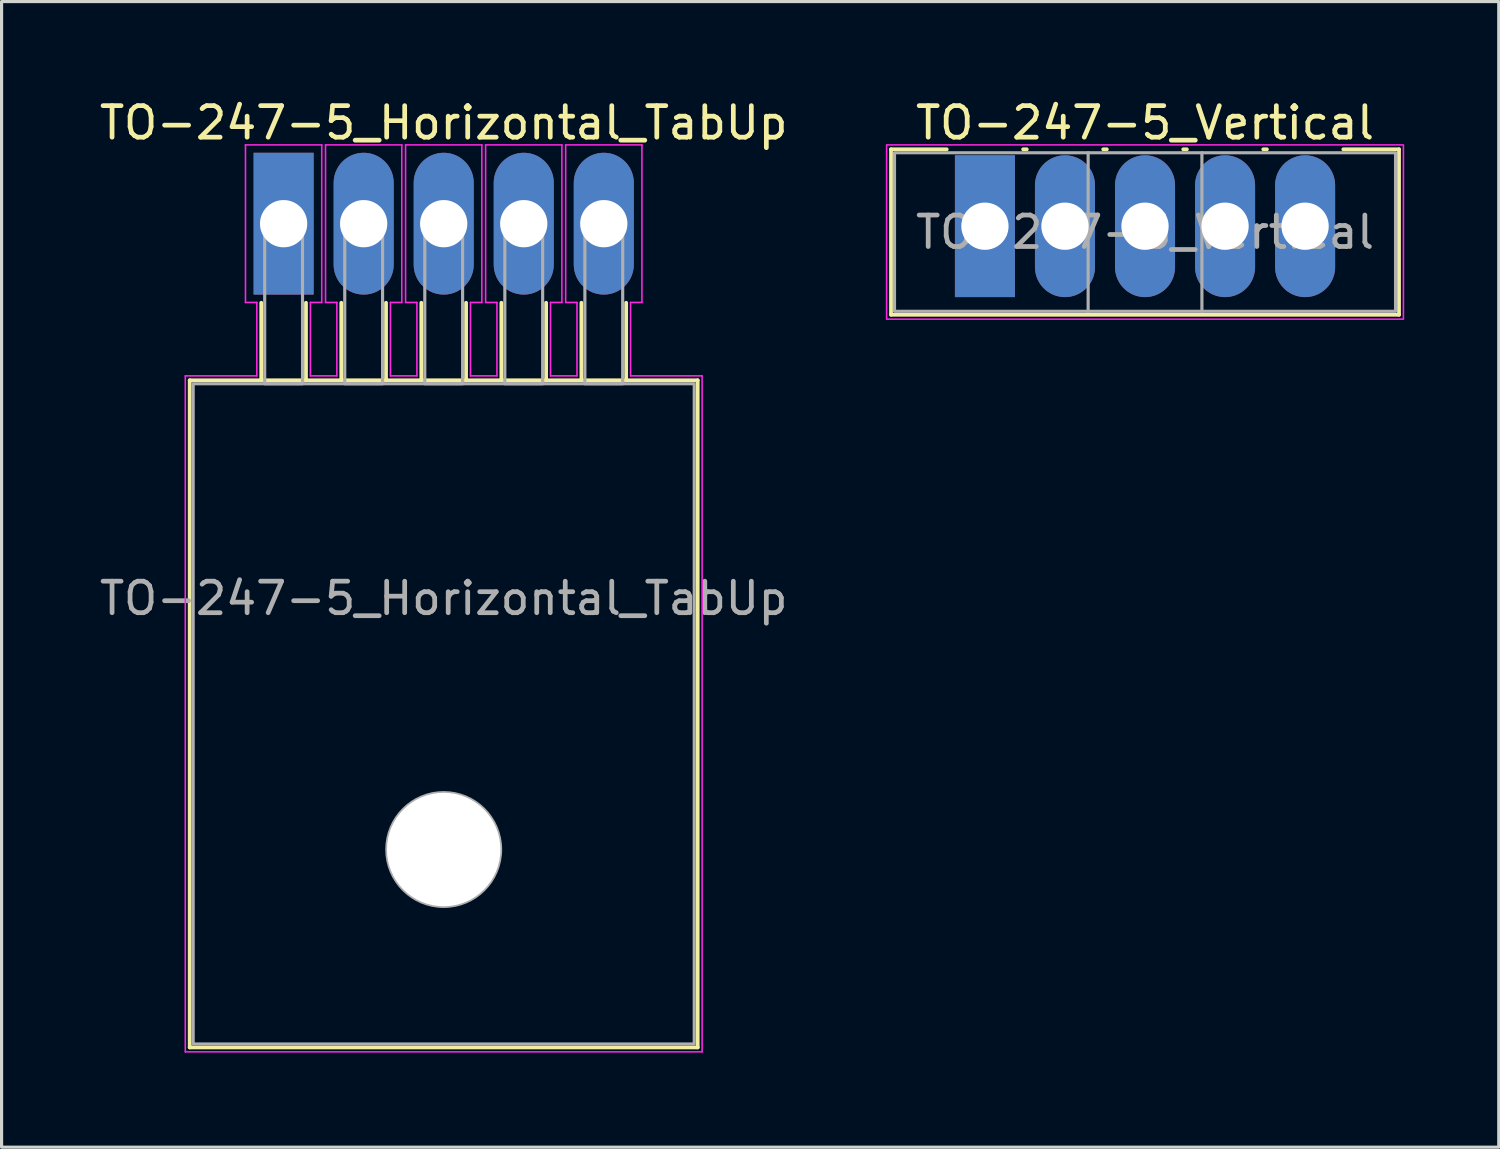
<source format=kicad_pcb>
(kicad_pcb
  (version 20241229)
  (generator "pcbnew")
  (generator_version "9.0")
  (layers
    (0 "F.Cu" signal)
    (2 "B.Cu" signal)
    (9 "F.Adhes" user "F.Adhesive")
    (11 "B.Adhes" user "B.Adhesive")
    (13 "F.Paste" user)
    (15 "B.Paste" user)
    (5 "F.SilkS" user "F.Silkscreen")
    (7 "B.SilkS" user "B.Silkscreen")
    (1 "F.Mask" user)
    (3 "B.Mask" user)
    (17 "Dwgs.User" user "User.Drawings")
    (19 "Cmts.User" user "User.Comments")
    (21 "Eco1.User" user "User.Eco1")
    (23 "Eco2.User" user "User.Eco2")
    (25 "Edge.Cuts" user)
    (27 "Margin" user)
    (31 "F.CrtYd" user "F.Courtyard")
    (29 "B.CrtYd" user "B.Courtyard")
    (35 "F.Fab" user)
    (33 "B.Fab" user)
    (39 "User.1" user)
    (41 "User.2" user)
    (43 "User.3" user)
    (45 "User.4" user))
  (footprint "TO-247-5_Vertical"
    (layer "F.Cu")
    (at 28.205 4.128)
    (property "Reference" "TO-247-5_Vertical" (at 5.08 -3.28 0) (layer "F.SilkS") (effects (font (size 1 1) (thickness 0.15))))
    (attr through_hole)
    (fp_line (start -2.98 -2.44) (end -2.98 2.81) (stroke (width 0.12) (type solid)) (layer "F.SilkS"))
    (fp_line (start -2.98 -2.44) (end -1.212 -2.44) (stroke (width 0.12) (type solid)) (layer "F.SilkS"))
    (fp_line (start -2.98 2.81) (end 13.14 2.81) (stroke (width 0.12) (type solid)) (layer "F.SilkS"))
    (fp_line (start 1.212 -2.44) (end 1.328 -2.44) (stroke (width 0.12) (type solid)) (layer "F.SilkS"))
    (fp_line (start 3.753 -2.44) (end 3.868 -2.44) (stroke (width 0.12) (type solid)) (layer "F.SilkS"))
    (fp_line (start 6.293 -2.44) (end 6.408 -2.44) (stroke (width 0.12) (type solid)) (layer "F.SilkS"))
    (fp_line (start 8.832 -2.44) (end 8.948 -2.44) (stroke (width 0.12) (type solid)) (layer "F.SilkS"))
    (fp_line (start 11.372 -2.44) (end 13.14 -2.44) (stroke (width 0.12) (type solid)) (layer "F.SilkS"))
    (fp_line (start 13.14 -2.44) (end 13.14 2.81) (stroke (width 0.12) (type solid)) (layer "F.SilkS"))
    (fp_rect (start 13.28 2.95) (end -3.12 -2.58) (stroke (width 0.05) (type solid)) (fill no) (layer "F.CrtYd"))
    (fp_line (start 3.275 -2.33) (end 3.275 2.7) (stroke (width 0.1) (type solid)) (layer "F.Fab"))
    (fp_line (start 6.885 -2.33) (end 6.885 2.7) (stroke (width 0.1) (type solid)) (layer "F.Fab"))
    (fp_rect (start -2.87 -2.33) (end 13.03 2.7) (stroke (width 0.1) (type solid)) (fill no) (layer "F.Fab"))
    (fp_text user "${REFERENCE}" (at 5.08 0.19 0) (layer "F.Fab") (effects (font (size 1 1) (thickness 0.15))))
    (pad "1" thru_hole rect (at 0 0) (size 1.905 4.5) (drill 1.5) (layers "*.Cu" "*.Mask"))
    (pad "2" thru_hole oval (at 2.54 0) (size 1.905 4.5) (drill 1.5) (layers "*.Cu" "*.Mask"))
    (pad "3" thru_hole oval (at 5.08 0) (size 1.905 4.5) (drill 1.5) (layers "*.Cu" "*.Mask"))
    (pad "4" thru_hole oval (at 7.62 0) (size 1.905 4.5) (drill 1.5) (layers "*.Cu" "*.Mask"))
    (pad "5" thru_hole oval (at 10.16 0) (size 1.905 4.5) (drill 1.5) (layers "*.Cu" "*.Mask")))
  (footprint "TO-247-5_Horizontal_TabUp"
    (layer "F.Cu")
    (at 5.95 4.048)
    (property "Reference" "TO-247-5_Horizontal_TabUp" (at 5.08 -3.2 0) (layer "F.SilkS") (effects (font (size 1 1) (thickness 0.15))))
    (attr through_hole)
    (fp_line (start -2.98 4.97) (end -2.98 26.14) (stroke (width 0.12) (type solid)) (layer "F.SilkS"))
    (fp_line (start -2.98 4.97) (end 13.14 4.97) (stroke (width 0.12) (type solid)) (layer "F.SilkS"))
    (fp_line (start -2.98 26.14) (end 13.14 26.14) (stroke (width 0.12) (type solid)) (layer "F.SilkS"))
    (fp_line (start -0.71 4.97) (end -0.71 2.51) (stroke (width 0.12) (type solid)) (layer "F.SilkS"))
    (fp_line (start 0.71 4.97) (end 0.71 2.51) (stroke (width 0.12) (type solid)) (layer "F.SilkS"))
    (fp_line (start 1.83 4.97) (end 1.83 2.51) (stroke (width 0.12) (type solid)) (layer "F.SilkS"))
    (fp_line (start 3.25 4.97) (end 3.25 2.51) (stroke (width 0.12) (type solid)) (layer "F.SilkS"))
    (fp_line (start 4.37 4.97) (end 4.37 2.51) (stroke (width 0.12) (type solid)) (layer "F.SilkS"))
    (fp_line (start 5.79 4.97) (end 5.79 2.51) (stroke (width 0.12) (type solid)) (layer "F.SilkS"))
    (fp_line (start 6.91 4.97) (end 6.91 2.51) (stroke (width 0.12) (type solid)) (layer "F.SilkS"))
    (fp_line (start 8.33 4.97) (end 8.33 2.51) (stroke (width 0.12) (type solid)) (layer "F.SilkS"))
    (fp_line (start 9.45 4.97) (end 9.45 2.51) (stroke (width 0.12) (type solid)) (layer "F.SilkS"))
    (fp_line (start 10.87 4.97) (end 10.87 2.51) (stroke (width 0.12) (type solid)) (layer "F.SilkS"))
    (fp_line (start 13.14 4.97) (end 13.14 26.14) (stroke (width 0.12) (type solid)) (layer "F.SilkS"))
    (fp_line (start -3.12 4.83) (end -0.85 4.83) (stroke (width 0.05) (type solid)) (layer "F.CrtYd"))
    (fp_line (start -3.12 26.28) (end -3.12 4.83) (stroke (width 0.05) (type solid)) (layer "F.CrtYd"))
    (fp_line (start -1.21 -2.5) (end 1.21 -2.5) (stroke (width 0.05) (type solid)) (layer "F.CrtYd"))
    (fp_line (start -1.21 2.5) (end -1.21 -2.5) (stroke (width 0.05) (type solid)) (layer "F.CrtYd"))
    (fp_line (start -0.85 2.5) (end -1.21 2.5) (stroke (width 0.05) (type solid)) (layer "F.CrtYd"))
    (fp_line (start -0.85 4.83) (end -0.85 2.5) (stroke (width 0.05) (type solid)) (layer "F.CrtYd"))
    (fp_line (start 0.85 2.5) (end 0.85 4.83) (stroke (width 0.05) (type solid)) (layer "F.CrtYd"))
    (fp_line (start 0.85 4.83) (end 1.69 4.83) (stroke (width 0.05) (type solid)) (layer "F.CrtYd"))
    (fp_line (start 1.21 -2.5) (end 1.21 2.5) (stroke (width 0.05) (type solid)) (layer "F.CrtYd"))
    (fp_line (start 1.21 2.5) (end 0.85 2.5) (stroke (width 0.05) (type solid)) (layer "F.CrtYd"))
    (fp_line (start 1.33 -2.5) (end 3.75 -2.5) (stroke (width 0.05) (type solid)) (layer "F.CrtYd"))
    (fp_line (start 1.33 2.5) (end 1.33 -2.5) (stroke (width 0.05) (type solid)) (layer "F.CrtYd"))
    (fp_line (start 1.69 2.5) (end 1.33 2.5) (stroke (width 0.05) (type solid)) (layer "F.CrtYd"))
    (fp_line (start 1.69 4.83) (end 1.69 2.5) (stroke (width 0.05) (type solid)) (layer "F.CrtYd"))
    (fp_line (start 3.39 2.5) (end 3.39 4.83) (stroke (width 0.05) (type solid)) (layer "F.CrtYd"))
    (fp_line (start 3.39 4.83) (end 4.23 4.83) (stroke (width 0.05) (type solid)) (layer "F.CrtYd"))
    (fp_line (start 3.75 -2.5) (end 3.75 2.5) (stroke (width 0.05) (type solid)) (layer "F.CrtYd"))
    (fp_line (start 3.75 2.5) (end 3.39 2.5) (stroke (width 0.05) (type solid)) (layer "F.CrtYd"))
    (fp_line (start 3.87 -2.5) (end 6.29 -2.5) (stroke (width 0.05) (type solid)) (layer "F.CrtYd"))
    (fp_line (start 3.87 2.5) (end 3.87 -2.5) (stroke (width 0.05) (type solid)) (layer "F.CrtYd"))
    (fp_line (start 4.23 2.5) (end 3.87 2.5) (stroke (width 0.05) (type solid)) (layer "F.CrtYd"))
    (fp_line (start 4.23 4.83) (end 4.23 2.5) (stroke (width 0.05) (type solid)) (layer "F.CrtYd"))
    (fp_line (start 5.93 2.5) (end 5.93 4.83) (stroke (width 0.05) (type solid)) (layer "F.CrtYd"))
    (fp_line (start 5.93 4.83) (end 6.77 4.83) (stroke (width 0.05) (type solid)) (layer "F.CrtYd"))
    (fp_line (start 6.29 -2.5) (end 6.29 2.5) (stroke (width 0.05) (type solid)) (layer "F.CrtYd"))
    (fp_line (start 6.29 2.5) (end 5.93 2.5) (stroke (width 0.05) (type solid)) (layer "F.CrtYd"))
    (fp_line (start 6.41 -2.5) (end 8.83 -2.5) (stroke (width 0.05) (type solid)) (layer "F.CrtYd"))
    (fp_line (start 6.41 2.5) (end 6.41 -2.5) (stroke (width 0.05) (type solid)) (layer "F.CrtYd"))
    (fp_line (start 6.77 2.5) (end 6.41 2.5) (stroke (width 0.05) (type solid)) (layer "F.CrtYd"))
    (fp_line (start 6.77 4.83) (end 6.77 2.5) (stroke (width 0.05) (type solid)) (layer "F.CrtYd"))
    (fp_line (start 8.47 2.5) (end 8.47 4.83) (stroke (width 0.05) (type solid)) (layer "F.CrtYd"))
    (fp_line (start 8.47 4.83) (end 9.31 4.83) (stroke (width 0.05) (type solid)) (layer "F.CrtYd"))
    (fp_line (start 8.83 -2.5) (end 8.83 2.5) (stroke (width 0.05) (type solid)) (layer "F.CrtYd"))
    (fp_line (start 8.83 2.5) (end 8.47 2.5) (stroke (width 0.05) (type solid)) (layer "F.CrtYd"))
    (fp_line (start 8.95 -2.5) (end 11.37 -2.5) (stroke (width 0.05) (type solid)) (layer "F.CrtYd"))
    (fp_line (start 8.95 2.5) (end 8.95 -2.5) (stroke (width 0.05) (type solid)) (layer "F.CrtYd"))
    (fp_line (start 9.31 2.5) (end 8.95 2.5) (stroke (width 0.05) (type solid)) (layer "F.CrtYd"))
    (fp_line (start 9.31 4.83) (end 9.31 2.5) (stroke (width 0.05) (type solid)) (layer "F.CrtYd"))
    (fp_line (start 11.01 2.5) (end 11.01 4.83) (stroke (width 0.05) (type solid)) (layer "F.CrtYd"))
    (fp_line (start 11.01 4.83) (end 13.28 4.83) (stroke (width 0.05) (type solid)) (layer "F.CrtYd"))
    (fp_line (start 11.37 -2.5) (end 11.37 2.5) (stroke (width 0.05) (type solid)) (layer "F.CrtYd"))
    (fp_line (start 11.37 2.5) (end 11.01 2.5) (stroke (width 0.05) (type solid)) (layer "F.CrtYd"))
    (fp_line (start 13.28 4.83) (end 13.28 26.28) (stroke (width 0.05) (type solid)) (layer "F.CrtYd"))
    (fp_line (start 13.28 26.28) (end -3.12 26.28) (stroke (width 0.05) (type solid)) (layer "F.CrtYd"))
    (fp_rect (start -2.87 5.08) (end 13.03 26.03) (stroke (width 0.1) (type solid)) (fill no) (layer "F.Fab"))
    (fp_rect (start -0.6 5.08) (end 0.6 0) (stroke (width 0.1) (type solid)) (fill no) (layer "F.Fab"))
    (fp_rect (start 1.94 5.08) (end 3.14 0) (stroke (width 0.1) (type solid)) (fill no) (layer "F.Fab"))
    (fp_rect (start 4.48 5.08) (end 5.68 0) (stroke (width 0.1) (type solid)) (fill no) (layer "F.Fab"))
    (fp_rect (start 7.02 5.08) (end 8.22 0) (stroke (width 0.1) (type solid)) (fill no) (layer "F.Fab"))
    (fp_rect (start 9.56 5.08) (end 10.76 0) (stroke (width 0.1) (type solid)) (fill no) (layer "F.Fab"))
    (fp_circle (center 5.08 19.86) (end 6.885 19.86) (stroke (width 0.1) (type solid)) (fill no) (layer "F.Fab"))
    (fp_text user "${REFERENCE}" (at 5.08 11.89 0) (layer "F.Fab") (effects (font (size 1 1) (thickness 0.15))))
    (pad "" np_thru_hole circle (at 5.08 19.86) (size 3.6 3.6) (drill 3.6) (layers "*.Cu" "*.Mask"))
    (pad "1" thru_hole rect (at 0 0) (size 1.905 4.5) (drill 1.5) (layers "*.Cu" "*.Mask"))
    (pad "2" thru_hole oval (at 2.54 0) (size 1.905 4.5) (drill 1.5) (layers "*.Cu" "*.Mask"))
    (pad "3" thru_hole oval (at 5.08 0) (size 1.905 4.5) (drill 1.5) (layers "*.Cu" "*.Mask"))
    (pad "4" thru_hole oval (at 7.62 0) (size 1.905 4.5) (drill 1.5) (layers "*.Cu" "*.Mask"))
    (pad "5" thru_hole oval (at 10.16 0) (size 1.905 4.5) (drill 1.5) (layers "*.Cu" "*.Mask")))
  (gr_rect
    (start -3 -3)
    (end 44.51 33.353)
    (stroke (width 0.1) (type default))
    (fill no)
    (layer "Edge.Cuts")))
</source>
